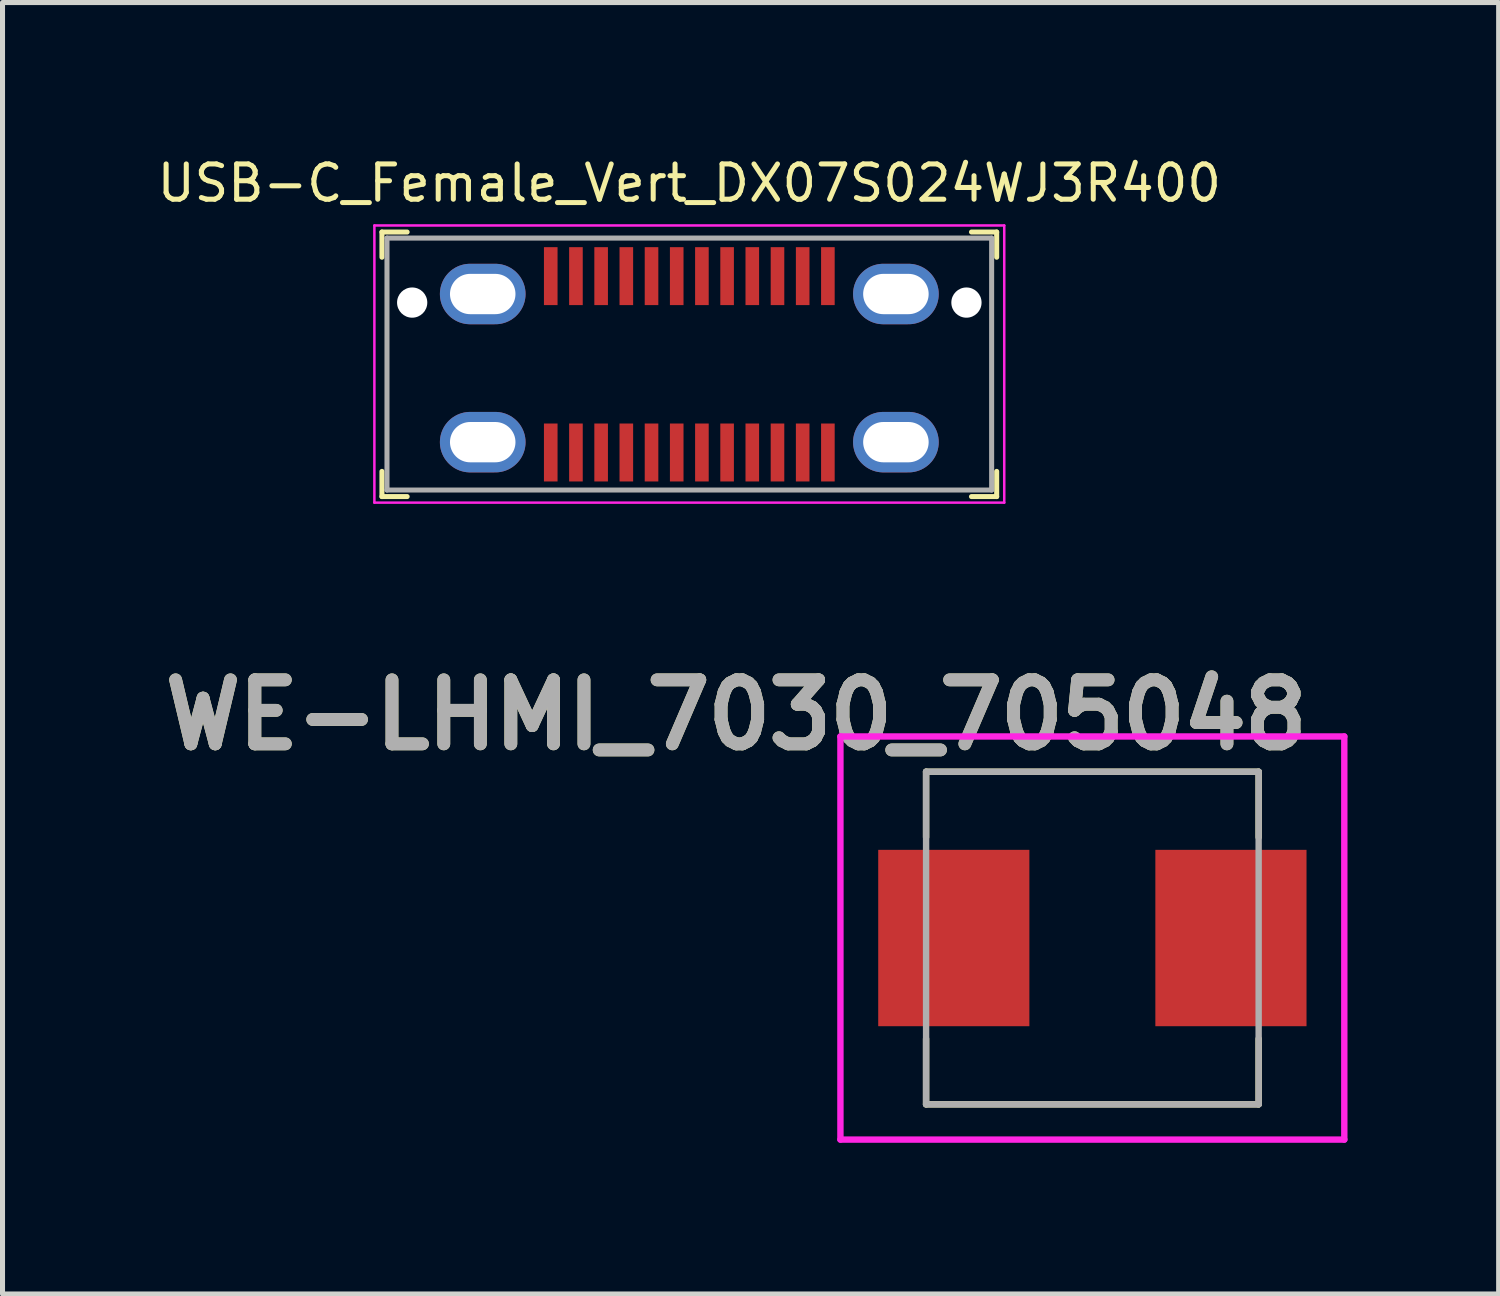
<source format=kicad_pcb>
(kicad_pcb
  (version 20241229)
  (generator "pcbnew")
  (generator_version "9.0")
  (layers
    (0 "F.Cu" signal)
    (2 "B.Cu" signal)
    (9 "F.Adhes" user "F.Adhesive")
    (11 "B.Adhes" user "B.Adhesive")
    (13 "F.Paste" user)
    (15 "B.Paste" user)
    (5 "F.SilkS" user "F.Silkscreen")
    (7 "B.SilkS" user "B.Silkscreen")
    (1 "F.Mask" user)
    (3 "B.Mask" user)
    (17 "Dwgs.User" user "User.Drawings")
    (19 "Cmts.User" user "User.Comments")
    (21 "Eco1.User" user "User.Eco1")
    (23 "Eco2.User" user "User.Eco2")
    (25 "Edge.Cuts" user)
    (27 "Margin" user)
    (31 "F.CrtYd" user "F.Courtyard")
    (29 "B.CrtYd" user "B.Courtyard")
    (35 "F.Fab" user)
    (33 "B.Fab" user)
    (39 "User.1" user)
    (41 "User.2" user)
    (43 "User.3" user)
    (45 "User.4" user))
  (footprint "WE-LHMI_7030_705048"
    (layer "F.Cu")
    (at 18.629 15.566)
    (property "Reference" "WE-LHMI_7030_705048" (at -7.066 -4.428 0) (layer "F.SilkS") (effects (font (size 1.27 1.27) (thickness 0.254))))
    (attr smd)
    (fp_line (start -3.3 -3.3) (end 3.3 -3.3) (stroke (width 0.127) (type solid)) (layer "F.SilkS"))
    (fp_line (start -3.3 -2) (end -3.3 -3.3) (stroke (width 0.127) (type solid)) (layer "F.SilkS"))
    (fp_line (start -3.3 2) (end -3.3 3.3) (stroke (width 0.127) (type solid)) (layer "F.SilkS"))
    (fp_line (start -3.3 3.3) (end 3.3 3.3) (stroke (width 0.127) (type solid)) (layer "F.SilkS"))
    (fp_line (start 3.3 -3.3) (end 3.3 -2) (stroke (width 0.127) (type solid)) (layer "F.SilkS"))
    (fp_line (start 3.3 3.3) (end 3.3 2) (stroke (width 0.127) (type solid)) (layer "F.SilkS"))
    (fp_line (start -5 -4) (end -5 4) (stroke (width 0.127) (type solid)) (layer "F.CrtYd"))
    (fp_line (start -5 4) (end 5 4) (stroke (width 0.127) (type solid)) (layer "F.CrtYd"))
    (fp_line (start 5 -4) (end -5 -4) (stroke (width 0.127) (type solid)) (layer "F.CrtYd"))
    (fp_line (start 5 4) (end 5 -4) (stroke (width 0.127) (type solid)) (layer "F.CrtYd"))
    (fp_line (start -3.3 -3.3) (end -3.3 3.3) (stroke (width 0.127) (type solid)) (layer "F.Fab"))
    (fp_line (start -3.3 3.3) (end 3.3 3.3) (stroke (width 0.127) (type solid)) (layer "F.Fab"))
    (fp_line (start 3.3 -3.3) (end -3.3 -3.3) (stroke (width 0.127) (type solid)) (layer "F.Fab"))
    (fp_line (start 3.3 3.3) (end 3.3 -3.3) (stroke (width 0.127) (type solid)) (layer "F.Fab"))
    (fp_text user "${REFERENCE}" (at -7.066 -4.428 0) (layer "F.Fab") (effects (font (size 1.27 1.27) (thickness 0.254))))
    (pad "1" smd rect (at -2.75 0) (size 3 3.5) (layers "F.Cu" "F.Mask" "F.Paste"))
    (pad "2" smd rect (at 2.75 0) (size 3 3.5) (layers "F.Cu" "F.Mask" "F.Paste")))
  (footprint "USB-C_Female_Vert_DX07S024WJ3R400"
    (layer "F.Cu")
    (at 10.63 2.955)
    (property "Reference" "USB-C_Female_Vert_DX07S024WJ3R400" (at 0 -2.37 0) (layer "F.SilkS") (effects (font (size 0.7 0.7) (thickness 0.1))))
    (attr smd)
    (fp_line (start -6.1 -1.4) (end -6.1 -0.9) (stroke (width 0.1) (type solid)) (layer "F.SilkS"))
    (fp_line (start -6.1 -1.4) (end -5.6 -1.4) (stroke (width 0.1) (type solid)) (layer "F.SilkS"))
    (fp_line (start -6.1 3.35) (end -6.1 3.85) (stroke (width 0.1) (type solid)) (layer "F.SilkS"))
    (fp_line (start -6.1 3.85) (end -5.6 3.85) (stroke (width 0.1) (type solid)) (layer "F.SilkS"))
    (fp_line (start 6.1 -1.4) (end 5.6 -1.4) (stroke (width 0.1) (type solid)) (layer "F.SilkS"))
    (fp_line (start 6.1 -1.4) (end 6.1 -0.9) (stroke (width 0.1) (type solid)) (layer "F.SilkS"))
    (fp_line (start 6.1 3.85) (end 5.6 3.85) (stroke (width 0.1) (type solid)) (layer "F.SilkS"))
    (fp_line (start 6.1 3.85) (end 6.1 3.35) (stroke (width 0.1) (type solid)) (layer "F.SilkS"))
    (fp_line (start -6.25 -1.53) (end -6.25 3.97) (stroke (width 0.05) (type solid)) (layer "F.CrtYd"))
    (fp_line (start 6.25 -1.53) (end -6.25 -1.53) (stroke (width 0.05) (type solid)) (layer "F.CrtYd"))
    (fp_line (start 6.25 -1.53) (end 6.25 3.97) (stroke (width 0.05) (type solid)) (layer "F.CrtYd"))
    (fp_line (start 6.25 3.97) (end -6.25 3.97) (stroke (width 0.05) (type solid)) (layer "F.CrtYd"))
    (fp_line (start -6 -1.28) (end -6 3.72) (stroke (width 0.1) (type solid)) (layer "F.Fab"))
    (fp_line (start -6 -1.28) (end 6 -1.28) (stroke (width 0.1) (type solid)) (layer "F.Fab"))
    (fp_line (start -6 3.72) (end 6 3.72) (stroke (width 0.1) (type solid)) (layer "F.Fab"))
    (fp_line (start 6 -1.28) (end 6 3.72) (stroke (width 0.1) (type solid)) (layer "F.Fab"))
    (pad "" np_thru_hole circle (at -5.5 0) (size 0.6 0.6) (drill 0.6) (layers "*.Cu" "*.Mask"))
    (pad "" np_thru_hole circle (at 5.5 0) (size 0.6 0.6) (drill 0.6) (layers "*.Cu" "*.Mask"))
    (pad "A1" smd rect (at -2.75 -0.525) (size 0.27 1.15) (layers "F.Cu" "F.Mask" "F.Paste"))
    (pad "A2" smd rect (at -2.25 -0.525) (size 0.27 1.15) (layers "F.Cu" "F.Mask" "F.Paste"))
    (pad "A3" smd rect (at -1.75 -0.525) (size 0.27 1.15) (layers "F.Cu" "F.Mask" "F.Paste"))
    (pad "A4" smd rect (at -1.25 -0.525) (size 0.27 1.15) (layers "F.Cu" "F.Mask" "F.Paste"))
    (pad "A5" smd rect (at -0.75 -0.525) (size 0.27 1.15) (layers "F.Cu" "F.Mask" "F.Paste"))
    (pad "A6" smd rect (at -0.25 -0.525) (size 0.27 1.15) (layers "F.Cu" "F.Mask" "F.Paste"))
    (pad "A7" smd rect (at 0.25 -0.525) (size 0.27 1.15) (layers "F.Cu" "F.Mask" "F.Paste"))
    (pad "A8" smd rect (at 0.75 -0.525) (size 0.27 1.15) (layers "F.Cu" "F.Mask" "F.Paste"))
    (pad "A9" smd rect (at 1.25 -0.525) (size 0.27 1.15) (layers "F.Cu" "F.Mask" "F.Paste"))
    (pad "A10" smd rect (at 1.75 -0.525) (size 0.27 1.15) (layers "F.Cu" "F.Mask" "F.Paste"))
    (pad "A11" smd rect (at 2.25 -0.525) (size 0.27 1.15) (layers "F.Cu" "F.Mask" "F.Paste"))
    (pad "A12" smd rect (at 2.75 -0.525) (size 0.27 1.15) (layers "F.Cu" "F.Mask" "F.Paste"))
    (pad "B1" smd rect (at 2.75 2.975) (size 0.27 1.15) (layers "F.Cu" "F.Mask" "F.Paste"))
    (pad "B2" smd rect (at 2.25 2.975) (size 0.27 1.15) (layers "F.Cu" "F.Mask" "F.Paste"))
    (pad "B3" smd rect (at 1.75 2.975) (size 0.27 1.15) (layers "F.Cu" "F.Mask" "F.Paste"))
    (pad "B4" smd rect (at 1.25 2.975) (size 0.27 1.15) (layers "F.Cu" "F.Mask" "F.Paste"))
    (pad "B5" smd rect (at 0.75 2.975) (size 0.27 1.15) (layers "F.Cu" "F.Mask" "F.Paste"))
    (pad "B6" smd rect (at 0.25 2.975) (size 0.27 1.15) (layers "F.Cu" "F.Mask" "F.Paste"))
    (pad "B7" smd rect (at -0.25 2.975) (size 0.27 1.15) (layers "F.Cu" "F.Mask" "F.Paste"))
    (pad "B8" smd rect (at -0.75 2.975) (size 0.27 1.15) (layers "F.Cu" "F.Mask" "F.Paste"))
    (pad "B9" smd rect (at -1.25 2.975) (size 0.27 1.15) (layers "F.Cu" "F.Mask" "F.Paste"))
    (pad "B10" smd rect (at -1.75 2.975) (size 0.27 1.15) (layers "F.Cu" "F.Mask" "F.Paste"))
    (pad "B11" smd rect (at -2.25 2.975) (size 0.27 1.15) (layers "F.Cu" "F.Mask" "F.Paste"))
    (pad "B12" smd rect (at -2.75 2.975) (size 0.27 1.15) (layers "F.Cu" "F.Mask" "F.Paste"))
    (pad "SH" thru_hole oval (at -4.1 -0.17) (size 1.7 1.2) (drill oval 1.3 0.8) (layers "*.Cu" "*.Mask"))
    (pad "SH" thru_hole oval (at -4.1 2.77) (size 1.7 1.2) (drill oval 1.3 0.8) (layers "*.Cu" "*.Mask"))
    (pad "SH" thru_hole oval (at 4.1 -0.17) (size 1.7 1.2) (drill oval 1.3 0.8) (layers "*.Cu" "*.Mask"))
    (pad "SH" thru_hole oval (at 4.1 2.77) (size 1.7 1.2) (drill oval 1.3 0.8) (layers "*.Cu" "*.Mask")))
  (gr_rect
    (start -3 -3)
    (end 26.692 22.63)
    (stroke (width 0.1) (type default))
    (fill no)
    (layer "Edge.Cuts")))
</source>
